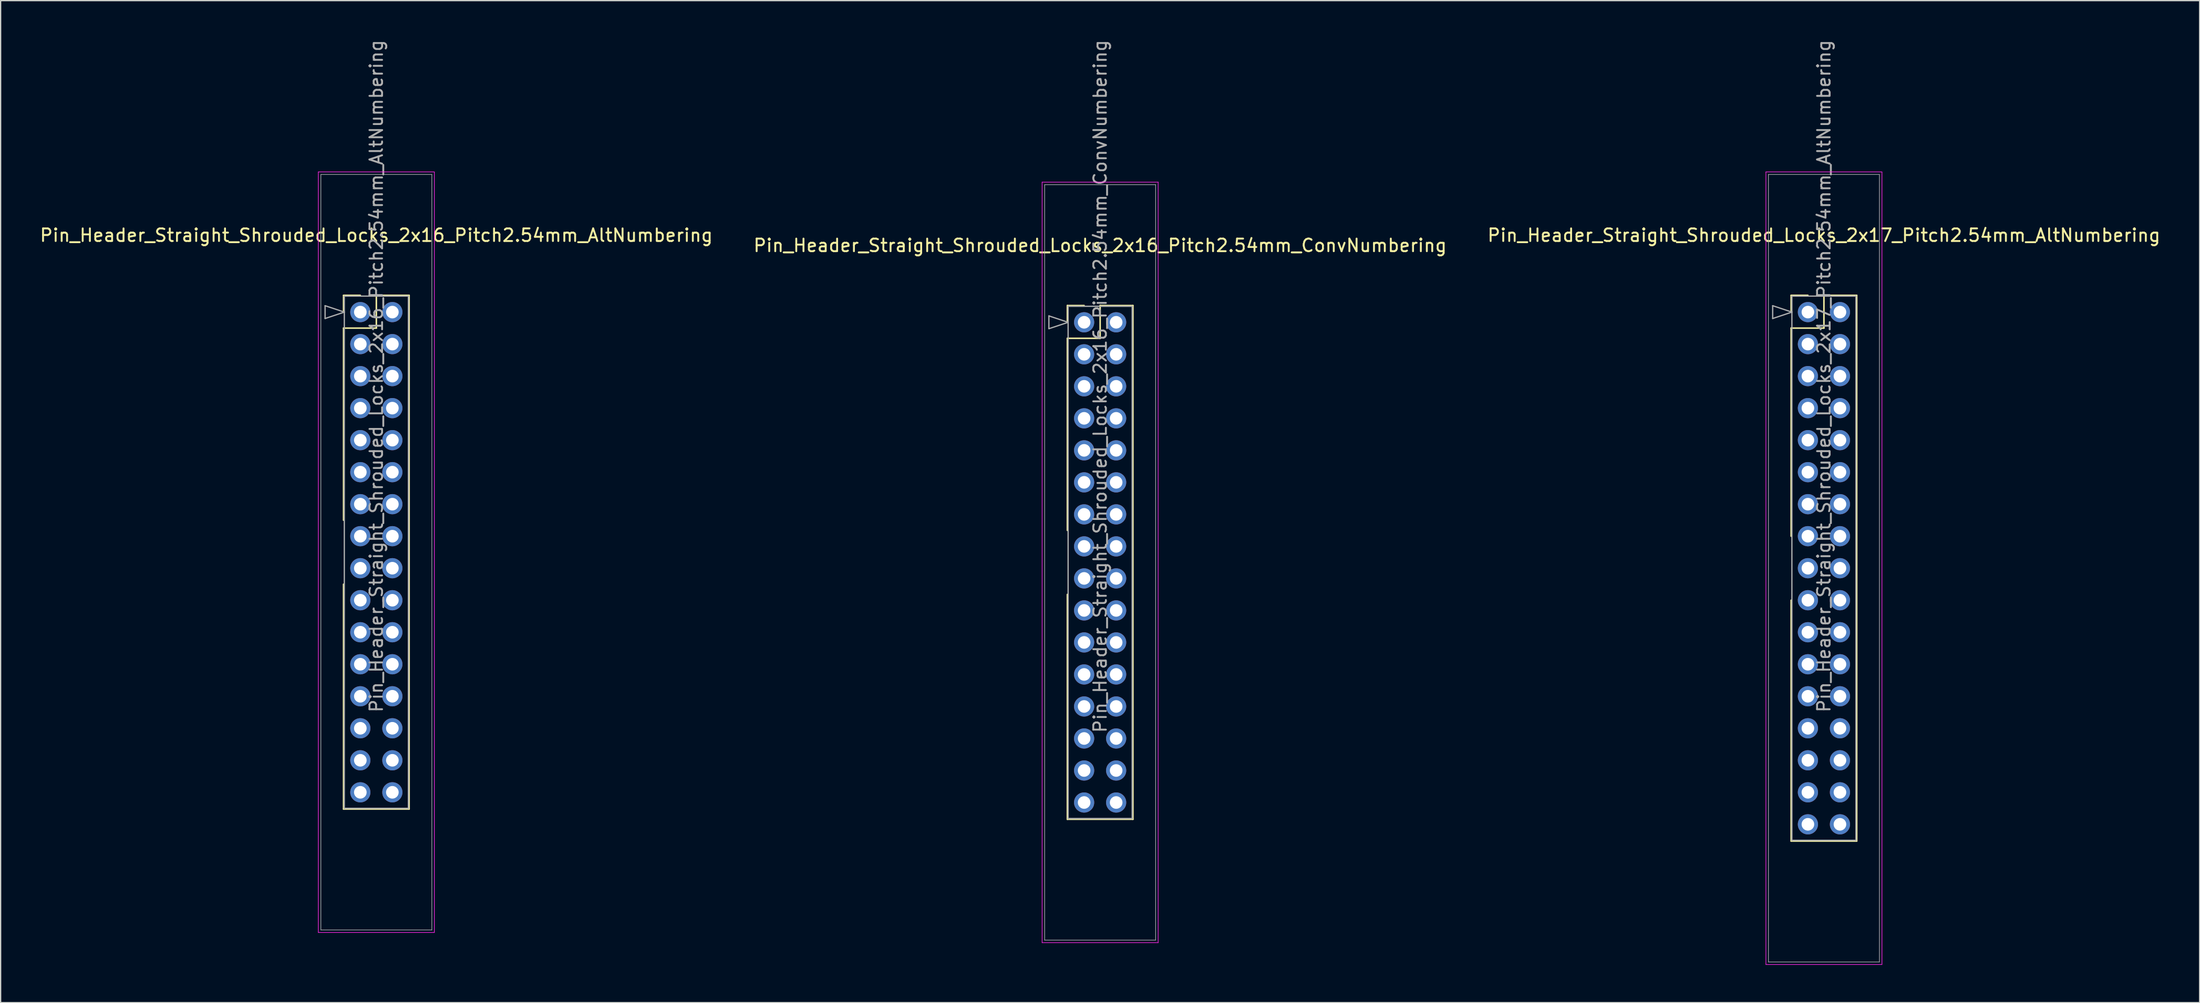
<source format=kicad_pcb>
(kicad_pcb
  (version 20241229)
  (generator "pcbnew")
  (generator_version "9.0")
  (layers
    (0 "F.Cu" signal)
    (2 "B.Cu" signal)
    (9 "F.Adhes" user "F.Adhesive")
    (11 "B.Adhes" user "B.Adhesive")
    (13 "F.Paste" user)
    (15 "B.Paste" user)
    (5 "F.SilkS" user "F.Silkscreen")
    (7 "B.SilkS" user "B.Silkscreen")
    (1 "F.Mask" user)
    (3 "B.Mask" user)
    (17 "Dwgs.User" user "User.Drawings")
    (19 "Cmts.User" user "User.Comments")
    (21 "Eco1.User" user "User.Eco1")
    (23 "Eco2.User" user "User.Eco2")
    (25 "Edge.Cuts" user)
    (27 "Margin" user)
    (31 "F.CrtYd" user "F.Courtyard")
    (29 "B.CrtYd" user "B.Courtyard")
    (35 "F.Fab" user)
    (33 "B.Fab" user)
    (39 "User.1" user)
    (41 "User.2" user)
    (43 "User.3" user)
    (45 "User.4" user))
  (footprint "Pin_Header_Straight_Shrouded_Locks_2x16_Pitch2.54mm_AltNumbering"
    (layer "F.Cu")
    (at 25.522 21.712)
    (property "Reference" "Pin_Header_Straight_Shrouded_Locks_2x16_Pitch2.54mm_AltNumbering" (at 1.27 -6.096 0) (layer "F.SilkS") (effects (font (size 1 1) (thickness 0.15))))
    (attr through_hole)
    (fp_line (start -1.33 -1.33) (end 0 -1.33) (stroke (width 0.12) (type solid)) (layer "F.SilkS"))
    (fp_line (start -1.33 0) (end -1.33 -1.33) (stroke (width 0.12) (type solid)) (layer "F.SilkS"))
    (fp_line (start -1.33 1.27) (end -1.33 16.51) (stroke (width 0.12) (type solid)) (layer "F.SilkS"))
    (fp_line (start -1.33 1.27) (end 1.27 1.27) (stroke (width 0.12) (type solid)) (layer "F.SilkS"))
    (fp_line (start -1.33 21.59) (end -1.33 39.43) (stroke (width 0.12) (type solid)) (layer "F.SilkS"))
    (fp_line (start -1.33 39.43) (end 3.87 39.43) (stroke (width 0.12) (type solid)) (layer "F.SilkS"))
    (fp_line (start 1.27 -1.33) (end 3.87 -1.33) (stroke (width 0.12) (type solid)) (layer "F.SilkS"))
    (fp_line (start 1.27 1.27) (end 1.27 -1.33) (stroke (width 0.12) (type solid)) (layer "F.SilkS"))
    (fp_line (start 3.87 -1.33) (end 3.87 39.43) (stroke (width 0.12) (type solid)) (layer "F.SilkS"))
    (fp_line (start -3.33 -11.12) (end -3.33 49.22) (stroke (width 0.05) (type solid)) (layer "F.CrtYd"))
    (fp_line (start -3.33 49.22) (end 5.87 49.22) (stroke (width 0.05) (type solid)) (layer "F.CrtYd"))
    (fp_line (start 5.87 -11.12) (end -3.33 -11.12) (stroke (width 0.05) (type solid)) (layer "F.CrtYd"))
    (fp_line (start 5.87 49.22) (end 5.87 -11.12) (stroke (width 0.05) (type solid)) (layer "F.CrtYd"))
    (fp_line (start -3.13 -10.92) (end -3.13 49.02) (stroke (width 0.05) (type solid)) (layer "F.Fab"))
    (fp_line (start -3.13 49.02) (end 5.67 49.02) (stroke (width 0.05) (type solid)) (layer "F.Fab"))
    (fp_line (start -2.794 -0.508) (end -1.27 0) (stroke (width 0.1) (type solid)) (layer "F.Fab"))
    (fp_line (start -2.794 0.508) (end -2.794 -0.508) (stroke (width 0.1) (type solid)) (layer "F.Fab"))
    (fp_line (start -1.27 -1.27) (end -1.27 39.37) (stroke (width 0.1) (type solid)) (layer "F.Fab"))
    (fp_line (start -1.27 0) (end -2.794 0.508) (stroke (width 0.1) (type solid)) (layer "F.Fab"))
    (fp_line (start -1.27 39.37) (end 3.81 39.37) (stroke (width 0.1) (type solid)) (layer "F.Fab"))
    (fp_line (start 3.81 -1.27) (end -1.27 -1.27) (stroke (width 0.1) (type solid)) (layer "F.Fab"))
    (fp_line (start 3.81 39.37) (end 3.81 -1.27) (stroke (width 0.1) (type solid)) (layer "F.Fab"))
    (fp_line (start 5.67 -10.92) (end -3.13 -10.92) (stroke (width 0.05) (type solid)) (layer "F.Fab"))
    (fp_line (start 5.67 49.02) (end 5.67 -10.92) (stroke (width 0.05) (type solid)) (layer "F.Fab"))
    (fp_text user "${REFERENCE}" (at 1.27 5.08 90) (layer "F.Fab") (effects (font (size 1 1) (thickness 0.15))))
    (pad "1" thru_hole oval (at 0 0) (size 1.6 1.6) (drill 1) (layers "*.Cu" "*.Mask"))
    (pad "2" thru_hole oval (at 0 2.54) (size 1.6 1.6) (drill 1) (layers "*.Cu" "*.Mask"))
    (pad "3" thru_hole oval (at 0 5.08) (size 1.6 1.6) (drill 1) (layers "*.Cu" "*.Mask"))
    (pad "4" thru_hole oval (at 0 7.62) (size 1.6 1.6) (drill 1) (layers "*.Cu" "*.Mask"))
    (pad "5" thru_hole oval (at 0 10.16) (size 1.6 1.6) (drill 1) (layers "*.Cu" "*.Mask"))
    (pad "6" thru_hole oval (at 0 12.7) (size 1.6 1.6) (drill 1) (layers "*.Cu" "*.Mask"))
    (pad "7" thru_hole oval (at 0 15.24) (size 1.6 1.6) (drill 1) (layers "*.Cu" "*.Mask"))
    (pad "8" thru_hole oval (at 0 17.78) (size 1.6 1.6) (drill 1) (layers "*.Cu" "*.Mask"))
    (pad "9" thru_hole oval (at 0 20.32) (size 1.6 1.6) (drill 1) (layers "*.Cu" "*.Mask"))
    (pad "10" thru_hole oval (at 0 22.86) (size 1.6 1.6) (drill 1) (layers "*.Cu" "*.Mask"))
    (pad "11" thru_hole oval (at 0 25.4) (size 1.6 1.6) (drill 1) (layers "*.Cu" "*.Mask"))
    (pad "12" thru_hole oval (at 0 27.94) (size 1.6 1.6) (drill 1) (layers "*.Cu" "*.Mask"))
    (pad "13" thru_hole oval (at 0 30.48) (size 1.6 1.6) (drill 1) (layers "*.Cu" "*.Mask"))
    (pad "14" thru_hole oval (at 0 33.02) (size 1.6 1.6) (drill 1) (layers "*.Cu" "*.Mask"))
    (pad "15" thru_hole oval (at 0 35.56) (size 1.6 1.6) (drill 1) (layers "*.Cu" "*.Mask"))
    (pad "16" thru_hole oval (at 0 38.1) (size 1.6 1.6) (drill 1) (layers "*.Cu" "*.Mask"))
    (pad "17" thru_hole oval (at 2.54 0) (size 1.6 1.6) (drill 1) (layers "*.Cu" "*.Mask"))
    (pad "18" thru_hole oval (at 2.54 2.54) (size 1.6 1.6) (drill 1) (layers "*.Cu" "*.Mask"))
    (pad "19" thru_hole oval (at 2.54 5.08) (size 1.6 1.6) (drill 1) (layers "*.Cu" "*.Mask"))
    (pad "20" thru_hole oval (at 2.54 7.62) (size 1.6 1.6) (drill 1) (layers "*.Cu" "*.Mask"))
    (pad "21" thru_hole oval (at 2.54 10.16) (size 1.6 1.6) (drill 1) (layers "*.Cu" "*.Mask"))
    (pad "22" thru_hole oval (at 2.54 12.7) (size 1.6 1.6) (drill 1) (layers "*.Cu" "*.Mask"))
    (pad "23" thru_hole oval (at 2.54 15.24) (size 1.6 1.6) (drill 1) (layers "*.Cu" "*.Mask"))
    (pad "24" thru_hole oval (at 2.54 17.78) (size 1.6 1.6) (drill 1) (layers "*.Cu" "*.Mask"))
    (pad "25" thru_hole oval (at 2.54 20.32) (size 1.6 1.6) (drill 1) (layers "*.Cu" "*.Mask"))
    (pad "26" thru_hole oval (at 2.54 22.86) (size 1.6 1.6) (drill 1) (layers "*.Cu" "*.Mask"))
    (pad "27" thru_hole oval (at 2.54 25.4) (size 1.6 1.6) (drill 1) (layers "*.Cu" "*.Mask"))
    (pad "28" thru_hole oval (at 2.54 27.94) (size 1.6 1.6) (drill 1) (layers "*.Cu" "*.Mask"))
    (pad "29" thru_hole oval (at 2.54 30.48) (size 1.6 1.6) (drill 1) (layers "*.Cu" "*.Mask"))
    (pad "30" thru_hole oval (at 2.54 33.02) (size 1.6 1.6) (drill 1) (layers "*.Cu" "*.Mask"))
    (pad "31" thru_hole oval (at 2.54 35.56) (size 1.6 1.6) (drill 1) (layers "*.Cu" "*.Mask"))
    (pad "32" thru_hole oval (at 2.54 38.1) (size 1.6 1.6) (drill 1) (layers "*.Cu" "*.Mask")))
  (footprint "Pin_Header_Straight_Shrouded_Locks_2x17_Pitch2.54mm_AltNumbering"
    (layer "F.Cu")
    (at 140.307 21.712)
    (property "Reference" "Pin_Header_Straight_Shrouded_Locks_2x17_Pitch2.54mm_AltNumbering" (at 1.27 -6.096 0) (layer "F.SilkS") (effects (font (size 1 1) (thickness 0.15))))
    (attr through_hole)
    (fp_line (start -1.33 -1.33) (end 0 -1.33) (stroke (width 0.12) (type solid)) (layer "F.SilkS"))
    (fp_line (start -1.33 0) (end -1.33 -1.33) (stroke (width 0.12) (type solid)) (layer "F.SilkS"))
    (fp_line (start -1.33 1.27) (end -1.33 17.78) (stroke (width 0.12) (type solid)) (layer "F.SilkS"))
    (fp_line (start -1.33 1.27) (end 1.27 1.27) (stroke (width 0.12) (type solid)) (layer "F.SilkS"))
    (fp_line (start -1.33 22.86) (end -1.33 41.97) (stroke (width 0.12) (type solid)) (layer "F.SilkS"))
    (fp_line (start -1.33 41.97) (end 3.87 41.97) (stroke (width 0.12) (type solid)) (layer "F.SilkS"))
    (fp_line (start 1.27 -1.33) (end 3.87 -1.33) (stroke (width 0.12) (type solid)) (layer "F.SilkS"))
    (fp_line (start 1.27 1.27) (end 1.27 -1.33) (stroke (width 0.12) (type solid)) (layer "F.SilkS"))
    (fp_line (start 3.87 -1.33) (end 3.87 41.97) (stroke (width 0.12) (type solid)) (layer "F.SilkS"))
    (fp_line (start -3.33 -11.12) (end -3.33 51.76) (stroke (width 0.05) (type solid)) (layer "F.CrtYd"))
    (fp_line (start -3.33 51.76) (end 5.87 51.76) (stroke (width 0.05) (type solid)) (layer "F.CrtYd"))
    (fp_line (start 5.87 -11.12) (end -3.33 -11.12) (stroke (width 0.05) (type solid)) (layer "F.CrtYd"))
    (fp_line (start 5.87 51.76) (end 5.87 -11.12) (stroke (width 0.05) (type solid)) (layer "F.CrtYd"))
    (fp_line (start -3.13 -10.92) (end -3.13 51.56) (stroke (width 0.05) (type solid)) (layer "F.Fab"))
    (fp_line (start -3.13 51.56) (end 5.67 51.56) (stroke (width 0.05) (type solid)) (layer "F.Fab"))
    (fp_line (start -2.794 -0.508) (end -1.27 0) (stroke (width 0.1) (type solid)) (layer "F.Fab"))
    (fp_line (start -2.794 0.508) (end -2.794 -0.508) (stroke (width 0.1) (type solid)) (layer "F.Fab"))
    (fp_line (start -1.27 -1.27) (end -1.27 41.91) (stroke (width 0.1) (type solid)) (layer "F.Fab"))
    (fp_line (start -1.27 0) (end -2.794 0.508) (stroke (width 0.1) (type solid)) (layer "F.Fab"))
    (fp_line (start -1.27 41.91) (end 3.81 41.91) (stroke (width 0.1) (type solid)) (layer "F.Fab"))
    (fp_line (start 3.81 -1.27) (end -1.27 -1.27) (stroke (width 0.1) (type solid)) (layer "F.Fab"))
    (fp_line (start 3.81 41.91) (end 3.81 -1.27) (stroke (width 0.1) (type solid)) (layer "F.Fab"))
    (fp_line (start 5.67 -10.92) (end -3.13 -10.92) (stroke (width 0.05) (type solid)) (layer "F.Fab"))
    (fp_line (start 5.67 51.56) (end 5.67 -10.92) (stroke (width 0.05) (type solid)) (layer "F.Fab"))
    (fp_text user "${REFERENCE}" (at 1.27 5.08 90) (layer "F.Fab") (effects (font (size 1 1) (thickness 0.15))))
    (pad "1" thru_hole oval (at 0 0) (size 1.6 1.6) (drill 1) (layers "*.Cu" "*.Mask"))
    (pad "2" thru_hole oval (at 0 2.54) (size 1.6 1.6) (drill 1) (layers "*.Cu" "*.Mask"))
    (pad "3" thru_hole oval (at 0 5.08) (size 1.6 1.6) (drill 1) (layers "*.Cu" "*.Mask"))
    (pad "4" thru_hole oval (at 0 7.62) (size 1.6 1.6) (drill 1) (layers "*.Cu" "*.Mask"))
    (pad "5" thru_hole oval (at 0 10.16) (size 1.6 1.6) (drill 1) (layers "*.Cu" "*.Mask"))
    (pad "6" thru_hole oval (at 0 12.7) (size 1.6 1.6) (drill 1) (layers "*.Cu" "*.Mask"))
    (pad "7" thru_hole oval (at 0 15.24) (size 1.6 1.6) (drill 1) (layers "*.Cu" "*.Mask"))
    (pad "8" thru_hole oval (at 0 17.78) (size 1.6 1.6) (drill 1) (layers "*.Cu" "*.Mask"))
    (pad "9" thru_hole oval (at 0 20.32) (size 1.6 1.6) (drill 1) (layers "*.Cu" "*.Mask"))
    (pad "10" thru_hole oval (at 0 22.86) (size 1.6 1.6) (drill 1) (layers "*.Cu" "*.Mask"))
    (pad "11" thru_hole oval (at 0 25.4) (size 1.6 1.6) (drill 1) (layers "*.Cu" "*.Mask"))
    (pad "12" thru_hole oval (at 0 27.94) (size 1.6 1.6) (drill 1) (layers "*.Cu" "*.Mask"))
    (pad "13" thru_hole oval (at 0 30.48) (size 1.6 1.6) (drill 1) (layers "*.Cu" "*.Mask"))
    (pad "14" thru_hole oval (at 0 33.02) (size 1.6 1.6) (drill 1) (layers "*.Cu" "*.Mask"))
    (pad "15" thru_hole oval (at 0 35.56) (size 1.6 1.6) (drill 1) (layers "*.Cu" "*.Mask"))
    (pad "16" thru_hole oval (at 0 38.1) (size 1.6 1.6) (drill 1) (layers "*.Cu" "*.Mask"))
    (pad "17" thru_hole oval (at 0 40.64) (size 1.6 1.6) (drill 1) (layers "*.Cu" "*.Mask"))
    (pad "18" thru_hole oval (at 2.54 0) (size 1.6 1.6) (drill 1) (layers "*.Cu" "*.Mask"))
    (pad "19" thru_hole oval (at 2.54 2.54) (size 1.6 1.6) (drill 1) (layers "*.Cu" "*.Mask"))
    (pad "20" thru_hole oval (at 2.54 5.08) (size 1.6 1.6) (drill 1) (layers "*.Cu" "*.Mask"))
    (pad "21" thru_hole oval (at 2.54 7.62) (size 1.6 1.6) (drill 1) (layers "*.Cu" "*.Mask"))
    (pad "22" thru_hole oval (at 2.54 10.16) (size 1.6 1.6) (drill 1) (layers "*.Cu" "*.Mask"))
    (pad "23" thru_hole oval (at 2.54 12.7) (size 1.6 1.6) (drill 1) (layers "*.Cu" "*.Mask"))
    (pad "24" thru_hole oval (at 2.54 15.24) (size 1.6 1.6) (drill 1) (layers "*.Cu" "*.Mask"))
    (pad "25" thru_hole oval (at 2.54 17.78) (size 1.6 1.6) (drill 1) (layers "*.Cu" "*.Mask"))
    (pad "26" thru_hole oval (at 2.54 20.32) (size 1.6 1.6) (drill 1) (layers "*.Cu" "*.Mask"))
    (pad "27" thru_hole oval (at 2.54 22.86) (size 1.6 1.6) (drill 1) (layers "*.Cu" "*.Mask"))
    (pad "28" thru_hole oval (at 2.54 25.4) (size 1.6 1.6) (drill 1) (layers "*.Cu" "*.Mask"))
    (pad "29" thru_hole oval (at 2.54 27.94) (size 1.6 1.6) (drill 1) (layers "*.Cu" "*.Mask"))
    (pad "30" thru_hole oval (at 2.54 30.48) (size 1.6 1.6) (drill 1) (layers "*.Cu" "*.Mask"))
    (pad "31" thru_hole oval (at 2.54 33.02) (size 1.6 1.6) (drill 1) (layers "*.Cu" "*.Mask"))
    (pad "32" thru_hole oval (at 2.54 35.56) (size 1.6 1.6) (drill 1) (layers "*.Cu" "*.Mask"))
    (pad "33" thru_hole oval (at 2.54 38.1) (size 1.6 1.6) (drill 1) (layers "*.Cu" "*.Mask"))
    (pad "34" thru_hole oval (at 2.54 40.64) (size 1.6 1.6) (drill 1) (layers "*.Cu" "*.Mask")))
  (footprint "Pin_Header_Straight_Shrouded_Locks_2x16_Pitch2.54mm_ConvNumbering"
    (layer "F.Cu")
    (at 82.915 22.521)
    (property "Reference" "Pin_Header_Straight_Shrouded_Locks_2x16_Pitch2.54mm_ConvNumbering" (at 1.27 -6.096 0) (layer "F.SilkS") (effects (font (size 1 1) (thickness 0.15))))
    (attr through_hole)
    (fp_line (start -1.33 -1.33) (end 0 -1.33) (stroke (width 0.12) (type solid)) (layer "F.SilkS"))
    (fp_line (start -1.33 0) (end -1.33 -1.33) (stroke (width 0.12) (type solid)) (layer "F.SilkS"))
    (fp_line (start -1.33 1.27) (end -1.33 16.51) (stroke (width 0.12) (type solid)) (layer "F.SilkS"))
    (fp_line (start -1.33 1.27) (end 1.27 1.27) (stroke (width 0.12) (type solid)) (layer "F.SilkS"))
    (fp_line (start -1.33 21.59) (end -1.33 39.43) (stroke (width 0.12) (type solid)) (layer "F.SilkS"))
    (fp_line (start -1.33 39.43) (end 3.87 39.43) (stroke (width 0.12) (type solid)) (layer "F.SilkS"))
    (fp_line (start 1.27 -1.33) (end 3.87 -1.33) (stroke (width 0.12) (type solid)) (layer "F.SilkS"))
    (fp_line (start 1.27 1.27) (end 1.27 -1.33) (stroke (width 0.12) (type solid)) (layer "F.SilkS"))
    (fp_line (start 3.87 -1.33) (end 3.87 39.43) (stroke (width 0.12) (type solid)) (layer "F.SilkS"))
    (fp_line (start -3.33 -11.12) (end -3.33 49.22) (stroke (width 0.05) (type solid)) (layer "F.CrtYd"))
    (fp_line (start -3.33 49.22) (end 5.87 49.22) (stroke (width 0.05) (type solid)) (layer "F.CrtYd"))
    (fp_line (start 5.87 -11.12) (end -3.33 -11.12) (stroke (width 0.05) (type solid)) (layer "F.CrtYd"))
    (fp_line (start 5.87 49.22) (end 5.87 -11.12) (stroke (width 0.05) (type solid)) (layer "F.CrtYd"))
    (fp_line (start -3.13 -10.92) (end -3.13 49.02) (stroke (width 0.05) (type solid)) (layer "F.Fab"))
    (fp_line (start -3.13 49.02) (end 5.67 49.02) (stroke (width 0.05) (type solid)) (layer "F.Fab"))
    (fp_line (start -2.794 -0.508) (end -1.27 0) (stroke (width 0.1) (type solid)) (layer "F.Fab"))
    (fp_line (start -2.794 0.508) (end -2.794 -0.508) (stroke (width 0.1) (type solid)) (layer "F.Fab"))
    (fp_line (start -1.27 -1.27) (end -1.27 39.37) (stroke (width 0.1) (type solid)) (layer "F.Fab"))
    (fp_line (start -1.27 0) (end -2.794 0.508) (stroke (width 0.1) (type solid)) (layer "F.Fab"))
    (fp_line (start -1.27 39.37) (end 3.81 39.37) (stroke (width 0.1) (type solid)) (layer "F.Fab"))
    (fp_line (start 3.81 -1.27) (end -1.27 -1.27) (stroke (width 0.1) (type solid)) (layer "F.Fab"))
    (fp_line (start 3.81 39.37) (end 3.81 -1.27) (stroke (width 0.1) (type solid)) (layer "F.Fab"))
    (fp_line (start 5.67 -10.92) (end -3.13 -10.92) (stroke (width 0.05) (type solid)) (layer "F.Fab"))
    (fp_line (start 5.67 49.02) (end 5.67 -10.92) (stroke (width 0.05) (type solid)) (layer "F.Fab"))
    (fp_text user "${REFERENCE}" (at 1.27 5.08 90) (layer "F.Fab") (effects (font (size 1 1) (thickness 0.15))))
    (pad "1" thru_hole oval (at 0 0) (size 1.6 1.6) (drill 1) (layers "*.Cu" "*.Mask"))
    (pad "2" thru_hole oval (at 2.54 0) (size 1.6 1.6) (drill 1) (layers "*.Cu" "*.Mask"))
    (pad "3" thru_hole oval (at 0 2.54) (size 1.6 1.6) (drill 1) (layers "*.Cu" "*.Mask"))
    (pad "4" thru_hole oval (at 2.54 2.54) (size 1.6 1.6) (drill 1) (layers "*.Cu" "*.Mask"))
    (pad "5" thru_hole oval (at 0 5.08) (size 1.6 1.6) (drill 1) (layers "*.Cu" "*.Mask"))
    (pad "6" thru_hole oval (at 2.54 5.08) (size 1.6 1.6) (drill 1) (layers "*.Cu" "*.Mask"))
    (pad "7" thru_hole oval (at 0 7.62) (size 1.6 1.6) (drill 1) (layers "*.Cu" "*.Mask"))
    (pad "8" thru_hole oval (at 2.54 7.62) (size 1.6 1.6) (drill 1) (layers "*.Cu" "*.Mask"))
    (pad "9" thru_hole oval (at 0 10.16) (size 1.6 1.6) (drill 1) (layers "*.Cu" "*.Mask"))
    (pad "10" thru_hole oval (at 2.54 10.16) (size 1.6 1.6) (drill 1) (layers "*.Cu" "*.Mask"))
    (pad "11" thru_hole oval (at 0 12.7) (size 1.6 1.6) (drill 1) (layers "*.Cu" "*.Mask"))
    (pad "12" thru_hole oval (at 2.54 12.7) (size 1.6 1.6) (drill 1) (layers "*.Cu" "*.Mask"))
    (pad "13" thru_hole oval (at 0 15.24) (size 1.6 1.6) (drill 1) (layers "*.Cu" "*.Mask"))
    (pad "14" thru_hole oval (at 2.54 15.24) (size 1.6 1.6) (drill 1) (layers "*.Cu" "*.Mask"))
    (pad "15" thru_hole oval (at 0 17.78) (size 1.6 1.6) (drill 1) (layers "*.Cu" "*.Mask"))
    (pad "16" thru_hole oval (at 2.54 17.78) (size 1.6 1.6) (drill 1) (layers "*.Cu" "*.Mask"))
    (pad "17" thru_hole oval (at 0 20.32) (size 1.6 1.6) (drill 1) (layers "*.Cu" "*.Mask"))
    (pad "18" thru_hole oval (at 2.54 20.32) (size 1.6 1.6) (drill 1) (layers "*.Cu" "*.Mask"))
    (pad "19" thru_hole oval (at 0 22.86) (size 1.6 1.6) (drill 1) (layers "*.Cu" "*.Mask"))
    (pad "20" thru_hole oval (at 2.54 22.86) (size 1.6 1.6) (drill 1) (layers "*.Cu" "*.Mask"))
    (pad "21" thru_hole oval (at 0 25.4) (size 1.6 1.6) (drill 1) (layers "*.Cu" "*.Mask"))
    (pad "22" thru_hole oval (at 2.54 25.4) (size 1.6 1.6) (drill 1) (layers "*.Cu" "*.Mask"))
    (pad "23" thru_hole oval (at 0 27.94) (size 1.6 1.6) (drill 1) (layers "*.Cu" "*.Mask"))
    (pad "24" thru_hole oval (at 2.54 27.94) (size 1.6 1.6) (drill 1) (layers "*.Cu" "*.Mask"))
    (pad "25" thru_hole oval (at 0 30.48) (size 1.6 1.6) (drill 1) (layers "*.Cu" "*.Mask"))
    (pad "26" thru_hole oval (at 2.54 30.48) (size 1.6 1.6) (drill 1) (layers "*.Cu" "*.Mask"))
    (pad "27" thru_hole oval (at 0 33.02) (size 1.6 1.6) (drill 1) (layers "*.Cu" "*.Mask"))
    (pad "28" thru_hole oval (at 2.54 33.02) (size 1.6 1.6) (drill 1) (layers "*.Cu" "*.Mask"))
    (pad "29" thru_hole oval (at 0 35.56) (size 1.6 1.6) (drill 1) (layers "*.Cu" "*.Mask"))
    (pad "30" thru_hole oval (at 2.54 35.56) (size 1.6 1.6) (drill 1) (layers "*.Cu" "*.Mask"))
    (pad "31" thru_hole oval (at 0 38.1) (size 1.6 1.6) (drill 1) (layers "*.Cu" "*.Mask"))
    (pad "32" thru_hole oval (at 2.54 38.1) (size 1.6 1.6) (drill 1) (layers "*.Cu" "*.Mask")))
  (gr_rect
    (start -3 -3)
    (end 171.369 76.497)
    (stroke (width 0.1) (type default))
    (fill no)
    (layer "Edge.Cuts")))
</source>
